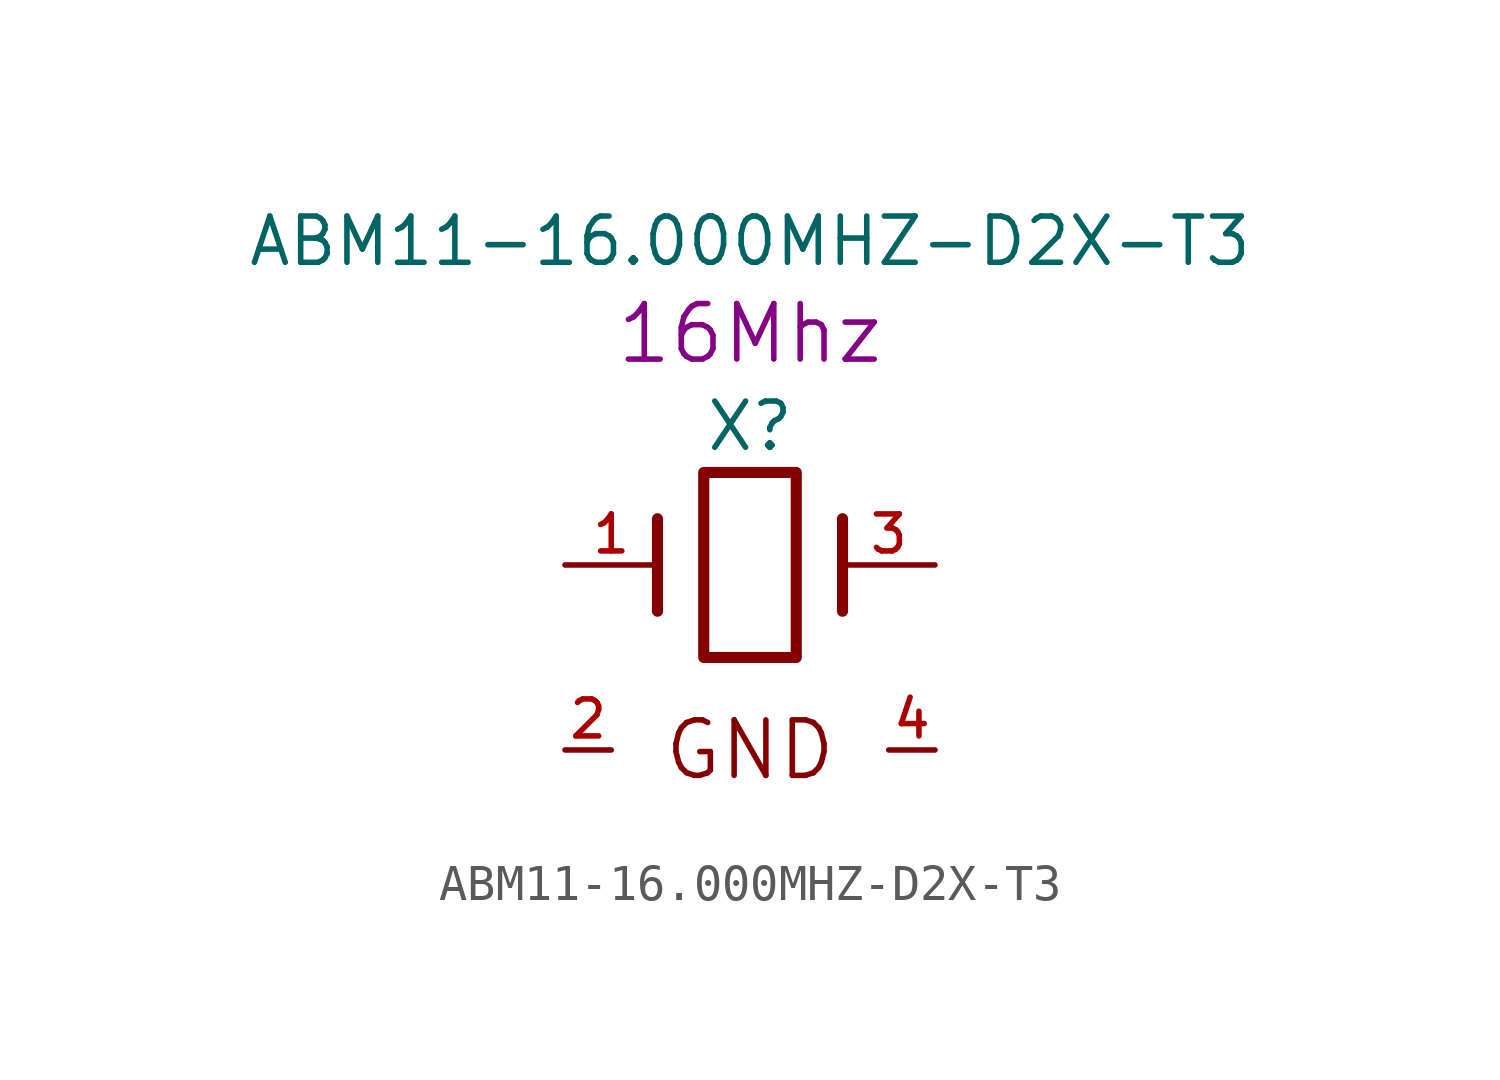
<source format=kicad_sym>
(kicad_symbol_lib
  (version 20220914)
  (generator kicad_symbol_editor)
  (symbol "ABM11-16.000MHZ-D2X-T3"
    (pin_names
      (offset 1.016) hide)
    (property "Reference" "X"
      (at 0 3.81 0)
      (effects (font (size 1.27 1.27))))
    (property "Value" "ABM11-16.000MHZ-D2X-T3"
      (at 0 8.89 0)
      (effects (font (size 1.27 1.27))))
    (property "Datasheet" ""
      (at 0 3.81 0)
      (effects (font (size 1.27 1.27))))
    (property "Value2" "16Mhz"
      (at 0 6.35 0)
      (effects (font (size 1.524 1.524))))
    (symbol "ABM11-16.000MHZ-D2X-T3_0_0"
      (text "GND" (at 0 -5.08 0) (effects (font (size 1.524 1.524)))))
    (symbol "ABM11-16.000MHZ-D2X-T3_0_1"
      (rectangle (start -1.27 2.54) (end 1.27 -2.54) (stroke (width 0.305) (type solid)) (fill (type none)))
      (polyline (pts (xy -2.54 -1.27) (xy -2.54 1.27)) (stroke (width 0.305) (type solid)) (fill (type none)))
      (polyline (pts (xy 2.54 -1.27) (xy 2.54 1.27)) (stroke (width 0.305) (type solid)) (fill (type none))))
    (symbol "ABM11-16.000MHZ-D2X-T3_1_1"
      (pin passive line (at -5.08 0 0) (length 2.54) (name "1" (effects (font (size 1.016 1.016)))) (number "1" (effects (font (size 1.016 1.016)))))
      (pin passive line (at -5.08 -5.08 0) (length 1.27) (name "GND" (effects (font (size 1.016 1.016)))) (number "2" (effects (font (size 1.016 1.016)))))
      (pin passive line (at 5.08 0 180) (length 2.54) (name "3" (effects (font (size 1.016 1.016)))) (number "3" (effects (font (size 1.016 1.016)))))
      (pin passive line (at 5.08 -5.08 180) (length 1.27) (name "GND" (effects (font (size 1.016 1.016)))) (number "4" (effects (font (size 1.016 1.016))))))))
</source>
